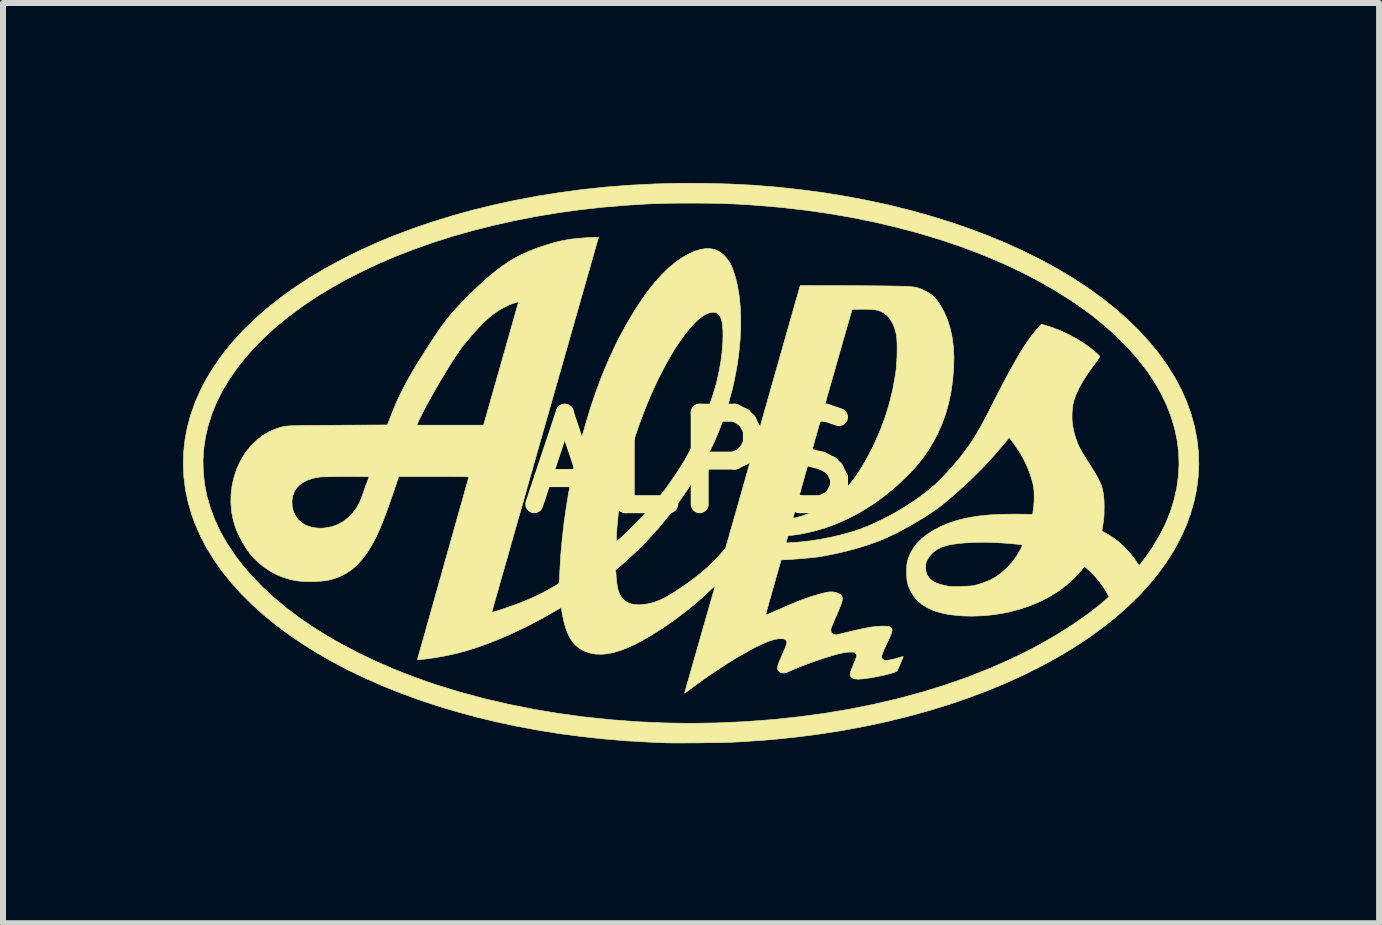
<source format=kicad_pcb>
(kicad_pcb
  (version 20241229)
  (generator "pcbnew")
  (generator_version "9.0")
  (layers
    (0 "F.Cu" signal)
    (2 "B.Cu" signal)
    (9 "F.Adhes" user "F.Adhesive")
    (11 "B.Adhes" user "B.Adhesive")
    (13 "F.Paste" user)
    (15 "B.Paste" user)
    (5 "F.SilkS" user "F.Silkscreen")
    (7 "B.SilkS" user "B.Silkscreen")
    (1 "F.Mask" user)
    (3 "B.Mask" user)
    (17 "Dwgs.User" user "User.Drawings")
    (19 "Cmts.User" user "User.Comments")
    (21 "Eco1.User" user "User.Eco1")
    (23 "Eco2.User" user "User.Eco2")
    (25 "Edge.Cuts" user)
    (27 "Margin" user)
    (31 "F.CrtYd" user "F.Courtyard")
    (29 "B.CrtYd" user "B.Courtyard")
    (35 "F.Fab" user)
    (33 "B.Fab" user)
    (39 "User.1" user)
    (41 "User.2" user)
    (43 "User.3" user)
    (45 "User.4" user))
  (footprint "ALPS"
    (layer "F.Cu")
    (at 8.469 4.665)
    (property "Reference" "ALPS" (at 0 0 0) (layer "F.SilkS") (effects (font (size 1.524 1.524) (thickness 0.3))))
    (attr through_hole)
    (fp_poly (pts (xy 0.226 -4.659) (xy 0.642 -4.648) (xy 1.05 -4.627) (xy 1.438 -4.595) (xy 1.821 -4.554) (xy 2.199 -4.504) (xy 2.57 -4.444) (xy 2.935 -4.375) (xy 3.293 -4.298) (xy 3.643 -4.211) (xy 3.985 -4.116) (xy 4.318 -4.013) (xy 4.642 -3.902) (xy 4.957 -3.783) (xy 5.262 -3.656) (xy 5.556 -3.522) (xy 5.838 -3.381) (xy 6.11 -3.233) (xy 6.369 -3.077) (xy 6.615 -2.916) (xy 6.848 -2.748) (xy 7.068 -2.573) (xy 7.274 -2.393) (xy 7.465 -2.207) (xy 7.64 -2.015) (xy 7.801 -1.819) (xy 7.805 -1.812) (xy 7.945 -1.616) (xy 8.068 -1.417) (xy 8.175 -1.216) (xy 8.265 -1.013) (xy 8.338 -0.808) (xy 8.394 -0.602) (xy 8.434 -0.394) (xy 8.458 -0.187) (xy 8.465 0.021) (xy 8.455 0.229) (xy 8.429 0.437) (xy 8.386 0.644) (xy 8.327 0.849) (xy 8.252 1.054) (xy 8.159 1.256) (xy 8.051 1.457) (xy 7.926 1.655) (xy 7.784 1.85) (xy 7.646 2.019) (xy 7.473 2.21) (xy 7.283 2.395) (xy 7.079 2.575) (xy 6.859 2.749) (xy 6.626 2.918) (xy 6.379 3.08) (xy 6.119 3.236) (xy 5.847 3.385) (xy 5.563 3.528) (xy 5.267 3.663) (xy 4.961 3.791) (xy 4.644 3.911) (xy 4.318 4.023) (xy 3.982 4.127) (xy 3.638 4.222) (xy 3.286 4.309) (xy 2.926 4.387) (xy 2.558 4.456) (xy 2.476 4.47) (xy 2.155 4.52) (xy 1.836 4.562) (xy 1.513 4.598) (xy 1.184 4.627) (xy 0.845 4.649) (xy 0.703 4.657) (xy 0.658 4.659) (xy 0.6 4.66) (xy 0.529 4.662) (xy 0.449 4.664) (xy 0.362 4.665) (xy 0.269 4.666) (xy 0.174 4.668) (xy 0.079 4.669) (xy -0.015 4.669) (xy -0.104 4.67) (xy -0.187 4.67) (xy -0.26 4.67) (xy -0.323 4.67) (xy -0.372 4.669) (xy -0.389 4.669) (xy -0.424 4.667) (xy -0.472 4.666) (xy -0.529 4.663) (xy -0.592 4.661) (xy -0.656 4.658) (xy -0.686 4.657) (xy -1.068 4.635) (xy -1.445 4.604) (xy -1.817 4.564) (xy -2.183 4.516) (xy -2.543 4.458) (xy -2.896 4.393) (xy -3.242 4.319) (xy -3.581 4.237) (xy -3.912 4.147) (xy -4.234 4.05) (xy -4.548 3.946) (xy -4.853 3.834) (xy -5.149 3.715) (xy -5.434 3.589) (xy -5.71 3.457) (xy -5.975 3.318) (xy -6.228 3.173) (xy -6.471 3.022) (xy -6.701 2.865) (xy -6.919 2.703) (xy -7.125 2.535) (xy -7.317 2.362) (xy -7.496 2.184) (xy -7.661 2.001) (xy -7.812 1.814) (xy -7.949 1.622) (xy -8.07 1.426) (xy -8.175 1.226) (xy -8.265 1.022) (xy -8.322 0.866) (xy -8.383 0.658) (xy -8.427 0.449) (xy -8.454 0.24) (xy -8.464 0.031) (xy -8.462 -0.038) (xy -8.135 -0.038) (xy -8.13 0.158) (xy -8.109 0.353) (xy -8.071 0.548) (xy -8.016 0.742) (xy -7.944 0.935) (xy -7.856 1.126) (xy -7.843 1.151) (xy -7.735 1.342) (xy -7.61 1.53) (xy -7.469 1.716) (xy -7.311 1.898) (xy -7.138 2.076) (xy -6.948 2.251) (xy -6.748 2.418) (xy -6.536 2.578) (xy -6.308 2.734) (xy -6.066 2.886) (xy -5.811 3.031) (xy -5.544 3.171) (xy -5.265 3.304) (xy -4.977 3.43) (xy -4.68 3.548) (xy -4.375 3.658) (xy -4.246 3.701) (xy -3.857 3.821) (xy -3.457 3.929) (xy -3.047 4.024) (xy -2.628 4.108) (xy -2.202 4.179) (xy -1.771 4.238) (xy -1.334 4.283) (xy -0.895 4.316) (xy -0.452 4.336) (xy -0.009 4.343) (xy 0.433 4.336) (xy 0.461 4.335) (xy 0.917 4.314) (xy 1.365 4.28) (xy 1.805 4.233) (xy 2.237 4.175) (xy 2.659 4.104) (xy 3.073 4.02) (xy 3.477 3.925) (xy 3.871 3.818) (xy 4.254 3.699) (xy 4.627 3.568) (xy 4.987 3.425) (xy 5.336 3.271) (xy 5.474 3.205) (xy 5.683 3.1) (xy 5.888 2.988) (xy 6.087 2.872) (xy 6.278 2.753) (xy 6.46 2.632) (xy 6.631 2.51) (xy 6.788 2.388) (xy 6.911 2.284) (xy 6.968 2.233) (xy 6.934 2.169) (xy 6.875 2.071) (xy 6.803 1.973) (xy 6.723 1.88) (xy 6.697 1.854) (xy 6.664 1.82) (xy 6.632 1.79) (xy 6.606 1.766) (xy 6.587 1.75) (xy 6.583 1.746) (xy 6.557 1.729) (xy 6.498 1.801) (xy 6.389 1.921) (xy 6.266 2.032) (xy 6.13 2.135) (xy 5.982 2.227) (xy 5.823 2.31) (xy 5.655 2.381) (xy 5.478 2.441) (xy 5.293 2.489) (xy 5.236 2.501) (xy 5.055 2.531) (xy 4.873 2.549) (xy 4.692 2.556) (xy 4.516 2.552) (xy 4.348 2.535) (xy 4.288 2.527) (xy 4.158 2.499) (xy 4.041 2.462) (xy 3.938 2.415) (xy 3.848 2.359) (xy 3.772 2.292) (xy 3.708 2.216) (xy 3.658 2.129) (xy 3.635 2.079) (xy 3.618 2.034) (xy 3.606 1.99) (xy 3.599 1.942) (xy 3.596 1.887) (xy 3.595 1.82) (xy 3.595 1.766) (xy 3.596 1.743) (xy 3.912 1.743) (xy 3.916 1.806) (xy 3.931 1.858) (xy 3.958 1.904) (xy 3.993 1.942) (xy 4.023 1.968) (xy 4.059 1.99) (xy 4.101 2.009) (xy 4.153 2.026) (xy 4.217 2.042) (xy 4.295 2.058) (xy 4.31 2.061) (xy 4.334 2.063) (xy 4.372 2.064) (xy 4.419 2.064) (xy 4.473 2.063) (xy 4.53 2.061) (xy 4.586 2.058) (xy 4.638 2.055) (xy 4.682 2.051) (xy 4.715 2.047) (xy 4.724 2.045) (xy 4.853 2.008) (xy 4.979 1.958) (xy 4.985 1.956) (xy 5.083 1.901) (xy 5.179 1.832) (xy 5.27 1.749) (xy 5.354 1.657) (xy 5.427 1.556) (xy 5.49 1.45) (xy 5.494 1.442) (xy 5.51 1.409) (xy 5.519 1.388) (xy 5.521 1.376) (xy 5.518 1.37) (xy 5.514 1.368) (xy 5.493 1.364) (xy 5.458 1.359) (xy 5.412 1.354) (xy 5.356 1.349) (xy 5.293 1.344) (xy 5.226 1.339) (xy 5.157 1.334) (xy 5.089 1.33) (xy 5.065 1.329) (xy 4.937 1.325) (xy 4.81 1.325) (xy 4.687 1.328) (xy 4.569 1.335) (xy 4.461 1.345) (xy 4.363 1.358) (xy 4.279 1.374) (xy 4.267 1.377) (xy 4.18 1.405) (xy 4.102 1.444) (xy 4.034 1.493) (xy 3.98 1.551) (xy 3.941 1.611) (xy 3.926 1.642) (xy 3.917 1.667) (xy 3.913 1.693) (xy 3.912 1.726) (xy 3.912 1.743) (xy 3.596 1.743) (xy 3.596 1.724) (xy 3.599 1.691) (xy 3.604 1.663) (xy 3.61 1.634) (xy 3.614 1.622) (xy 3.65 1.523) (xy 3.7 1.432) (xy 3.765 1.346) (xy 3.845 1.266) (xy 3.94 1.191) (xy 4.051 1.121) (xy 4.147 1.07) (xy 4.264 1.018) (xy 4.389 0.974) (xy 4.523 0.937) (xy 4.667 0.907) (xy 4.822 0.884) (xy 4.989 0.868) (xy 5.169 0.859) (xy 5.363 0.856) (xy 5.436 0.856) (xy 5.694 0.859) (xy 5.704 0.796) (xy 5.713 0.724) (xy 5.719 0.646) (xy 5.721 0.566) (xy 5.719 0.491) (xy 5.714 0.425) (xy 5.712 0.408) (xy 5.695 0.327) (xy 5.669 0.238) (xy 5.636 0.143) (xy 5.596 0.047) (xy 5.552 -0.047) (xy 5.505 -0.134) (xy 5.489 -0.161) (xy 5.471 -0.188) (xy 5.449 -0.221) (xy 5.424 -0.258) (xy 5.398 -0.297) (xy 5.371 -0.334) (xy 5.347 -0.368) (xy 5.327 -0.395) (xy 5.312 -0.414) (xy 5.305 -0.422) (xy 5.305 -0.422) (xy 5.228 -0.33) (xy 5.161 -0.249) (xy 5.099 -0.177) (xy 5.042 -0.112) (xy 4.988 -0.052) (xy 4.934 0.006) (xy 4.879 0.065) (xy 4.82 0.125) (xy 4.756 0.189) (xy 4.75 0.195) (xy 4.653 0.29) (xy 4.547 0.389) (xy 4.438 0.487) (xy 4.33 0.581) (xy 4.227 0.667) (xy 4.195 0.694) (xy 4.11 0.759) (xy 4.011 0.828) (xy 3.903 0.899) (xy 3.786 0.97) (xy 3.666 1.041) (xy 3.543 1.108) (xy 3.422 1.172) (xy 3.305 1.228) (xy 3.195 1.278) (xy 3.192 1.279) (xy 3.076 1.324) (xy 2.946 1.369) (xy 2.807 1.413) (xy 2.661 1.454) (xy 2.512 1.491) (xy 2.364 1.524) (xy 2.221 1.552) (xy 2.108 1.57) (xy 2.061 1.576) (xy 2.001 1.582) (xy 1.93 1.589) (xy 1.853 1.596) (xy 1.773 1.602) (xy 1.693 1.608) (xy 1.616 1.613) (xy 1.604 1.613) (xy 1.502 1.619) (xy 1.372 2.075) (xy 1.348 2.16) (xy 1.326 2.24) (xy 1.305 2.313) (xy 1.287 2.379) (xy 1.272 2.435) (xy 1.26 2.48) (xy 1.252 2.513) (xy 1.247 2.532) (xy 1.247 2.536) (xy 1.255 2.534) (xy 1.277 2.526) (xy 1.31 2.513) (xy 1.352 2.495) (xy 1.401 2.474) (xy 1.445 2.455) (xy 1.562 2.403) (xy 1.667 2.358) (xy 1.761 2.319) (xy 1.846 2.286) (xy 1.925 2.257) (xy 2 2.231) (xy 2.073 2.208) (xy 2.146 2.188) (xy 2.192 2.176) (xy 2.243 2.163) (xy 2.283 2.155) (xy 2.316 2.152) (xy 2.348 2.152) (xy 2.356 2.152) (xy 2.411 2.159) (xy 2.457 2.175) (xy 2.492 2.197) (xy 2.512 2.221) (xy 2.519 2.239) (xy 2.523 2.258) (xy 2.522 2.282) (xy 2.517 2.31) (xy 2.506 2.346) (xy 2.489 2.391) (xy 2.467 2.447) (xy 2.437 2.516) (xy 2.428 2.537) (xy 2.403 2.593) (xy 2.381 2.646) (xy 2.362 2.692) (xy 2.347 2.73) (xy 2.336 2.757) (xy 2.333 2.77) (xy 2.332 2.808) (xy 2.347 2.838) (xy 2.375 2.859) (xy 2.384 2.863) (xy 2.394 2.866) (xy 2.405 2.867) (xy 2.421 2.866) (xy 2.444 2.862) (xy 2.474 2.856) (xy 2.516 2.846) (xy 2.57 2.833) (xy 2.619 2.821) (xy 2.721 2.797) (xy 2.81 2.776) (xy 2.887 2.76) (xy 2.953 2.747) (xy 3.012 2.737) (xy 3.065 2.73) (xy 3.113 2.726) (xy 3.16 2.724) (xy 3.179 2.723) (xy 3.227 2.723) (xy 3.262 2.724) (xy 3.287 2.727) (xy 3.304 2.731) (xy 3.316 2.737) (xy 3.333 2.747) (xy 3.345 2.76) (xy 3.351 2.775) (xy 3.351 2.796) (xy 3.345 2.824) (xy 3.333 2.86) (xy 3.314 2.906) (xy 3.287 2.965) (xy 3.263 3.016) (xy 3.233 3.08) (xy 3.21 3.132) (xy 3.194 3.172) (xy 3.183 3.203) (xy 3.178 3.226) (xy 3.179 3.243) (xy 3.183 3.257) (xy 3.192 3.269) (xy 3.196 3.273) (xy 3.209 3.285) (xy 3.221 3.291) (xy 3.238 3.293) (xy 3.265 3.292) (xy 3.28 3.291) (xy 3.315 3.286) (xy 3.358 3.277) (xy 3.406 3.266) (xy 3.438 3.256) (xy 3.476 3.245) (xy 3.507 3.236) (xy 3.529 3.231) (xy 3.537 3.229) (xy 3.535 3.238) (xy 3.527 3.258) (xy 3.515 3.287) (xy 3.501 3.322) (xy 3.485 3.36) (xy 3.469 3.396) (xy 3.455 3.429) (xy 3.443 3.454) (xy 3.436 3.468) (xy 3.435 3.469) (xy 3.42 3.48) (xy 3.39 3.492) (xy 3.347 3.506) (xy 3.295 3.521) (xy 3.236 3.536) (xy 3.171 3.55) (xy 3.103 3.564) (xy 3.034 3.577) (xy 2.967 3.588) (xy 2.904 3.597) (xy 2.847 3.603) (xy 2.798 3.606) (xy 2.781 3.607) (xy 2.73 3.602) (xy 2.691 3.588) (xy 2.665 3.565) (xy 2.653 3.534) (xy 2.655 3.502) (xy 2.66 3.485) (xy 2.671 3.456) (xy 2.686 3.418) (xy 2.703 3.376) (xy 2.71 3.359) (xy 2.733 3.306) (xy 2.748 3.265) (xy 2.756 3.233) (xy 2.758 3.21) (xy 2.755 3.192) (xy 2.746 3.176) (xy 2.744 3.174) (xy 2.735 3.164) (xy 2.724 3.158) (xy 2.706 3.155) (xy 2.679 3.155) (xy 2.653 3.155) (xy 2.599 3.158) (xy 2.54 3.167) (xy 2.471 3.182) (xy 2.469 3.182) (xy 2.39 3.203) (xy 2.299 3.23) (xy 2.2 3.262) (xy 2.097 3.296) (xy 1.993 3.333) (xy 1.891 3.371) (xy 1.796 3.408) (xy 1.711 3.443) (xy 1.676 3.459) (xy 1.632 3.478) (xy 1.6 3.491) (xy 1.576 3.499) (xy 1.556 3.503) (xy 1.538 3.503) (xy 1.529 3.503) (xy 1.499 3.498) (xy 1.478 3.486) (xy 1.463 3.472) (xy 1.451 3.457) (xy 1.444 3.442) (xy 1.441 3.423) (xy 1.443 3.401) (xy 1.451 3.371) (xy 1.464 3.333) (xy 1.485 3.283) (xy 1.512 3.221) (xy 1.515 3.215) (xy 1.542 3.151) (xy 1.563 3.101) (xy 1.579 3.063) (xy 1.589 3.033) (xy 1.595 3.011) (xy 1.597 2.995) (xy 1.596 2.981) (xy 1.593 2.97) (xy 1.576 2.949) (xy 1.546 2.936) (xy 1.504 2.931) (xy 1.453 2.934) (xy 1.392 2.945) (xy 1.326 2.964) (xy 1.253 2.991) (xy 1.168 3.029) (xy 1.073 3.075) (xy 0.97 3.13) (xy 0.86 3.192) (xy 0.744 3.259) (xy 0.625 3.333) (xy 0.503 3.411) (xy 0.38 3.492) (xy 0.258 3.576) (xy 0.138 3.661) (xy 0.076 3.707) (xy 0.028 3.743) (xy -0.016 3.775) (xy -0.053 3.802) (xy -0.081 3.823) (xy -0.1 3.836) (xy -0.107 3.841) (xy -0.107 3.841) (xy -0.105 3.833) (xy -0.099 3.81) (xy -0.088 3.773) (xy -0.075 3.724) (xy -0.057 3.663) (xy -0.037 3.593) (xy -0.015 3.513) (xy 0.01 3.427) (xy 0.036 3.334) (xy 0.064 3.237) (xy 0.093 3.136) (xy 0.123 3.032) (xy 0.152 2.928) (xy 0.182 2.823) (xy 0.212 2.72) (xy 0.24 2.62) (xy 0.268 2.524) (xy 0.294 2.433) (xy 0.318 2.349) (xy 0.34 2.272) (xy 0.359 2.205) (xy 0.376 2.147) (xy 0.389 2.102) (xy 0.399 2.069) (xy 0.403 2.053) (xy 0.399 2.053) (xy 0.385 2.063) (xy 0.363 2.083) (xy 0.334 2.109) (xy 0.308 2.134) (xy 0.198 2.237) (xy 0.08 2.34) (xy -0.044 2.442) (xy -0.172 2.542) (xy -0.304 2.639) (xy -0.437 2.731) (xy -0.569 2.817) (xy -0.698 2.896) (xy -0.824 2.968) (xy -0.943 3.03) (xy -1.056 3.082) (xy -1.158 3.122) (xy -1.164 3.124) (xy -1.283 3.16) (xy -1.393 3.183) (xy -1.495 3.192) (xy -1.591 3.188) (xy -1.683 3.172) (xy -1.771 3.141) (xy -1.802 3.127) (xy -1.866 3.089) (xy -1.926 3.038) (xy -1.98 2.977) (xy -2.024 2.91) (xy -2.029 2.9) (xy -2.061 2.829) (xy -2.091 2.746) (xy -2.117 2.655) (xy -2.138 2.56) (xy -2.154 2.466) (xy -2.155 2.457) (xy -2.159 2.433) (xy -2.163 2.417) (xy -2.165 2.413) (xy -2.173 2.417) (xy -2.193 2.428) (xy -2.222 2.445) (xy -2.256 2.465) (xy -2.259 2.467) (xy -2.504 2.606) (xy -2.753 2.735) (xy -3 2.852) (xy -3.03 2.866) (xy -3.222 2.948) (xy -3.404 3.019) (xy -3.578 3.081) (xy -3.747 3.134) (xy -3.914 3.179) (xy -4.082 3.216) (xy -4.252 3.246) (xy -4.428 3.271) (xy -4.515 3.28) (xy -4.543 3.282) (xy -4.557 3.281) (xy -4.56 3.275) (xy -4.559 3.275) (xy -4.557 3.265) (xy -4.55 3.241) (xy -4.539 3.201) (xy -4.524 3.148) (xy -4.505 3.082) (xy -4.483 3.004) (xy -4.457 2.914) (xy -4.429 2.813) (xy -4.398 2.703) (xy -4.364 2.583) (xy -4.328 2.456) (xy -4.29 2.321) (xy -4.251 2.179) (xy -4.209 2.032) (xy -4.166 1.88) (xy -4.132 1.757) (xy -4.088 1.601) (xy -4.045 1.45) (xy -4.004 1.304) (xy -3.965 1.164) (xy -3.927 1.03) (xy -3.892 0.904) (xy -3.859 0.787) (xy -3.828 0.678) (xy -3.8 0.58) (xy -3.776 0.492) (xy -3.754 0.416) (xy -3.736 0.353) (xy -3.722 0.303) (xy -3.712 0.266) (xy -3.706 0.245) (xy -3.704 0.239) (xy -3.706 0.237) (xy -3.716 0.235) (xy -3.733 0.234) (xy -3.76 0.232) (xy -3.796 0.231) (xy -3.844 0.23) (xy -3.903 0.23) (xy -3.975 0.229) (xy -4.061 0.229) (xy -4.162 0.229) (xy -4.279 0.229) (xy -4.873 0.229) (xy -4.952 0.464) (xy -4.999 0.601) (xy -5.044 0.728) (xy -5.085 0.842) (xy -5.123 0.943) (xy -5.157 1.029) (xy -5.178 1.081) (xy -5.25 1.238) (xy -5.325 1.379) (xy -5.404 1.504) (xy -5.485 1.613) (xy -5.57 1.705) (xy -5.658 1.782) (xy -5.75 1.844) (xy -5.811 1.875) (xy -5.886 1.908) (xy -5.956 1.933) (xy -6.024 1.952) (xy -6.094 1.965) (xy -6.172 1.973) (xy -6.261 1.978) (xy -6.28 1.979) (xy -6.37 1.98) (xy -6.447 1.978) (xy -6.516 1.973) (xy -6.582 1.965) (xy -6.649 1.951) (xy -6.701 1.939) (xy -6.81 1.905) (xy -6.912 1.863) (xy -7.009 1.81) (xy -7.108 1.744) (xy -7.12 1.735) (xy -7.206 1.666) (xy -7.283 1.593) (xy -7.352 1.514) (xy -7.416 1.424) (xy -7.477 1.323) (xy -7.523 1.236) (xy -7.568 1.14) (xy -7.603 1.05) (xy -7.629 0.96) (xy -7.649 0.866) (xy -7.658 0.813) (xy -7.67 0.667) (xy -7.67 0.635) (xy -6.652 0.635) (xy -6.65 0.714) (xy -6.634 0.792) (xy -6.605 0.864) (xy -6.564 0.929) (xy -6.544 0.952) (xy -6.486 1.004) (xy -6.418 1.042) (xy -6.341 1.069) (xy -6.268 1.083) (xy -6.229 1.087) (xy -6.199 1.09) (xy -6.172 1.09) (xy -6.141 1.089) (xy -6.102 1.085) (xy -6.092 1.084) (xy -5.989 1.065) (xy -5.891 1.03) (xy -5.799 0.98) (xy -5.715 0.916) (xy -5.64 0.839) (xy -5.591 0.775) (xy -5.567 0.737) (xy -5.546 0.701) (xy -5.526 0.662) (xy -5.507 0.616) (xy -5.486 0.561) (xy -5.466 0.506) (xy -5.448 0.455) (xy -5.43 0.404) (xy -5.413 0.358) (xy -5.398 0.32) (xy -5.394 0.309) (xy -5.382 0.278) (xy -5.373 0.253) (xy -5.368 0.237) (xy -5.368 0.235) (xy -5.376 0.234) (xy -5.399 0.232) (xy -5.435 0.231) (xy -5.482 0.23) (xy -5.538 0.23) (xy -5.601 0.229) (xy -5.67 0.229) (xy -5.741 0.229) (xy -5.813 0.229) (xy -5.885 0.23) (xy -5.953 0.23) (xy -6.017 0.231) (xy -6.074 0.232) (xy -6.122 0.234) (xy -6.16 0.235) (xy -6.184 0.237) (xy -6.188 0.237) (xy -6.292 0.256) (xy -6.384 0.285) (xy -6.463 0.324) (xy -6.529 0.371) (xy -6.581 0.427) (xy -6.615 0.484) (xy -6.641 0.558) (xy -6.652 0.635) (xy -7.67 0.635) (xy -7.667 0.52) (xy -7.649 0.375) (xy -7.616 0.231) (xy -7.568 0.093) (xy -7.507 -0.038) (xy -7.433 -0.161) (xy -7.424 -0.173) (xy -7.341 -0.278) (xy -7.247 -0.37) (xy -7.146 -0.45) (xy -7.037 -0.515) (xy -6.923 -0.565) (xy -6.909 -0.57) (xy -6.885 -0.578) (xy -6.863 -0.585) (xy -6.843 -0.592) (xy -6.823 -0.597) (xy -6.802 -0.602) (xy -6.779 -0.607) (xy -6.753 -0.61) (xy -6.723 -0.613) (xy -6.687 -0.616) (xy -6.645 -0.618) (xy -6.596 -0.619) (xy -6.538 -0.621) (xy -6.47 -0.622) (xy -6.391 -0.623) (xy -6.299 -0.624) (xy -6.195 -0.624) (xy -6.077 -0.625) (xy -5.943 -0.626) (xy -5.889 -0.626) (xy -5.805 -0.627) (xy -4.571 -0.627) (xy -3.458 -0.627) (xy -3.171 -1.636) (xy -3.135 -1.763) (xy -3.1 -1.886) (xy -3.067 -2.004) (xy -3.035 -2.115) (xy -3.006 -2.219) (xy -2.979 -2.314) (xy -2.954 -2.4) (xy -2.933 -2.476) (xy -2.915 -2.541) (xy -2.9 -2.593) (xy -2.89 -2.631) (xy -2.883 -2.656) (xy -2.881 -2.665) (xy -2.877 -2.683) (xy -2.939 -2.666) (xy -3.025 -2.636) (xy -3.117 -2.592) (xy -3.212 -2.537) (xy -3.308 -2.47) (xy -3.332 -2.451) (xy -3.379 -2.411) (xy -3.434 -2.36) (xy -3.495 -2.299) (xy -3.56 -2.232) (xy -3.625 -2.16) (xy -3.69 -2.085) (xy -3.752 -2.011) (xy -3.809 -1.94) (xy -3.833 -1.908) (xy -3.875 -1.849) (xy -3.923 -1.777) (xy -3.977 -1.695) (xy -4.033 -1.605) (xy -4.092 -1.509) (xy -4.153 -1.408) (xy -4.214 -1.305) (xy -4.273 -1.201) (xy -4.331 -1.099) (xy -4.385 -1.001) (xy -4.435 -0.908) (xy -4.48 -0.822) (xy -4.518 -0.746) (xy -4.548 -0.681) (xy -4.558 -0.658) (xy -4.571 -0.627) (xy -5.805 -0.627) (xy -5.06 -0.631) (xy -5.012 -0.758) (xy -4.97 -0.866) (xy -4.926 -0.972) (xy -4.878 -1.077) (xy -4.828 -1.183) (xy -4.772 -1.29) (xy -4.711 -1.402) (xy -4.644 -1.519) (xy -4.57 -1.644) (xy -4.487 -1.776) (xy -4.395 -1.92) (xy -4.313 -2.047) (xy -4.248 -2.144) (xy -4.189 -2.23) (xy -4.134 -2.307) (xy -4.08 -2.379) (xy -4.025 -2.447) (xy -3.967 -2.515) (xy -3.905 -2.584) (xy -3.835 -2.658) (xy -3.755 -2.739) (xy -3.705 -2.79) (xy -3.578 -2.914) (xy -3.459 -3.025) (xy -3.347 -3.123) (xy -3.239 -3.21) (xy -3.136 -3.287) (xy -3.035 -3.354) (xy -2.935 -3.414) (xy -2.834 -3.466) (xy -2.832 -3.467) (xy -2.702 -3.526) (xy -2.566 -3.58) (xy -2.427 -3.627) (xy -2.29 -3.668) (xy -2.157 -3.701) (xy -2.032 -3.724) (xy -1.998 -3.729) (xy -1.949 -3.734) (xy -1.892 -3.74) (xy -1.832 -3.745) (xy -1.771 -3.75) (xy -1.712 -3.754) (xy -1.66 -3.757) (xy -1.617 -3.758) (xy -1.587 -3.758) (xy -1.582 -3.758) (xy -1.543 -3.755) (xy -2.431 -0.639) (xy -2.495 -0.415) (xy -2.558 -0.195) (xy -2.619 0.021) (xy -2.679 0.231) (xy -2.737 0.435) (xy -2.793 0.634) (xy -2.848 0.825) (xy -2.9 1.008) (xy -2.95 1.184) (xy -2.998 1.351) (xy -3.042 1.508) (xy -3.084 1.656) (xy -3.124 1.794) (xy -3.16 1.921) (xy -3.193 2.036) (xy -3.222 2.14) (xy -3.248 2.231) (xy -3.27 2.309) (xy -3.288 2.373) (xy -3.302 2.423) (xy -3.312 2.458) (xy -3.318 2.478) (xy -3.319 2.483) (xy -3.317 2.487) (xy -3.31 2.488) (xy -3.297 2.486) (xy -3.275 2.481) (xy -3.243 2.472) (xy -3.2 2.458) (xy -3.144 2.44) (xy -3.091 2.422) (xy -2.971 2.38) (xy -2.851 2.336) (xy -2.736 2.289) (xy -2.629 2.243) (xy -2.534 2.198) (xy -2.522 2.192) (xy -2.485 2.174) (xy -2.443 2.151) (xy -2.397 2.126) (xy -2.351 2.1) (xy -2.307 2.075) (xy -2.267 2.052) (xy -2.235 2.033) (xy -2.213 2.019) (xy -2.204 2.012) (xy -2.2 2) (xy -2.197 1.971) (xy -2.193 1.927) (xy -2.189 1.866) (xy -2.186 1.791) (xy -2.185 1.78) (xy -2.171 1.535) (xy -2.151 1.314) (xy -1.245 1.314) (xy -1.209 1.286) (xy -1.193 1.272) (xy -1.167 1.249) (xy -1.134 1.217) (xy -1.094 1.179) (xy -1.05 1.137) (xy -1.009 1.096) (xy -0.797 0.879) (xy -0.601 0.657) (xy -0.421 0.431) (xy -0.258 0.199) (xy -0.109 -0.037) (xy 0.024 -0.28) (xy 0.142 -0.528) (xy 0.199 -0.665) (xy 0.234 -0.754) (xy 0.27 -0.851) (xy 0.306 -0.952) (xy 0.34 -1.054) (xy 0.372 -1.152) (xy 0.4 -1.244) (xy 0.423 -1.326) (xy 0.431 -1.359) (xy 0.468 -1.524) (xy 0.498 -1.689) (xy 0.518 -1.85) (xy 0.53 -2.004) (xy 0.533 -2.119) (xy 0.532 -2.209) (xy 0.527 -2.284) (xy 0.518 -2.345) (xy 0.505 -2.395) (xy 0.488 -2.436) (xy 0.465 -2.468) (xy 0.437 -2.493) (xy 0.418 -2.503) (xy 0.393 -2.509) (xy 0.361 -2.51) (xy 0.305 -2.501) (xy 0.245 -2.476) (xy 0.182 -2.437) (xy 0.115 -2.384) (xy 0.046 -2.317) (xy -0.025 -2.238) (xy -0.098 -2.147) (xy -0.172 -2.045) (xy -0.248 -1.933) (xy -0.323 -1.811) (xy -0.398 -1.68) (xy -0.473 -1.541) (xy -0.547 -1.395) (xy -0.619 -1.242) (xy -0.689 -1.084) (xy -0.757 -0.92) (xy -0.822 -0.752) (xy -0.884 -0.58) (xy -0.942 -0.406) (xy -0.961 -0.346) (xy -1.018 -0.149) (xy -1.07 0.053) (xy -1.116 0.254) (xy -1.155 0.449) (xy -1.18 0.605) (xy -1.193 0.697) (xy -1.205 0.791) (xy -1.216 0.886) (xy -1.225 0.978) (xy -1.233 1.065) (xy -1.239 1.144) (xy -1.243 1.212) (xy -1.245 1.267) (xy -1.245 1.269) (xy -1.245 1.314) (xy -2.151 1.314) (xy -2.148 1.279) (xy -2.119 1.019) (xy -2.082 0.759) (xy -2.04 0.502) (xy -1.992 0.255) (xy -1.96 0.11) (xy -1.939 0.02) (xy -1.913 -0.083) (xy -1.883 -0.196) (xy -1.851 -0.316) (xy -1.816 -0.439) (xy -1.78 -0.564) (xy -1.745 -0.686) (xy -1.709 -0.804) (xy -1.676 -0.913) (xy -1.644 -1.011) (xy -1.639 -1.026) (xy -1.573 -1.215) (xy -1.502 -1.405) (xy -1.426 -1.594) (xy -1.346 -1.776) (xy -1.266 -1.949) (xy -1.185 -2.109) (xy -1.174 -2.129) (xy -1.059 -2.339) (xy -0.944 -2.531) (xy -0.829 -2.708) (xy -0.715 -2.867) (xy -0.601 -3.01) (xy -0.487 -3.137) (xy -0.373 -3.249) (xy -0.258 -3.344) (xy -0.144 -3.423) (xy -0.038 -3.482) (xy 0.063 -3.527) (xy 0.157 -3.556) (xy 0.244 -3.571) (xy 0.325 -3.57) (xy 0.4 -3.553) (xy 0.469 -3.522) (xy 0.532 -3.475) (xy 0.561 -3.446) (xy 0.608 -3.391) (xy 0.646 -3.335) (xy 0.678 -3.271) (xy 0.701 -3.215) (xy 0.743 -3.084) (xy 0.777 -2.939) (xy 0.803 -2.783) (xy 0.82 -2.617) (xy 0.828 -2.442) (xy 0.828 -2.259) (xy 0.82 -2.071) (xy 0.803 -1.878) (xy 0.778 -1.681) (xy 0.744 -1.484) (xy 0.702 -1.286) (xy 0.686 -1.219) (xy 0.623 -0.988) (xy 0.553 -0.767) (xy 0.474 -0.554) (xy 0.386 -0.345) (xy 0.287 -0.14) (xy 0.176 0.066) (xy 0.051 0.275) (xy -0.055 0.44) (xy -0.211 0.667) (xy -0.37 0.879) (xy -0.535 1.08) (xy -0.707 1.271) (xy -0.888 1.455) (xy -1.081 1.634) (xy -1.214 1.749) (xy -1.255 1.784) (xy -1.246 1.915) (xy -1.238 2.002) (xy -1.226 2.075) (xy -1.211 2.136) (xy -1.191 2.188) (xy -1.166 2.232) (xy -1.134 2.272) (xy -1.131 2.276) (xy -1.08 2.318) (xy -1.019 2.347) (xy -0.946 2.363) (xy -0.863 2.367) (xy -0.802 2.363) (xy -0.727 2.352) (xy -0.656 2.337) (xy -0.587 2.316) (xy -0.517 2.288) (xy -0.444 2.253) (xy -0.364 2.208) (xy -0.275 2.154) (xy -0.256 2.141) (xy -0.101 2.038) (xy 0.038 1.937) (xy 0.165 1.837) (xy 0.282 1.736) (xy 0.389 1.632) (xy 0.489 1.525) (xy 0.51 1.501) (xy 0.577 1.422) (xy 0.721 0.917) (xy 1.702 0.917) (xy 1.709 0.921) (xy 1.732 0.919) (xy 1.769 0.911) (xy 1.82 0.896) (xy 1.884 0.875) (xy 1.918 0.863) (xy 1.981 0.839) (xy 2.053 0.807) (xy 2.129 0.77) (xy 2.204 0.731) (xy 2.274 0.691) (xy 2.324 0.659) (xy 2.429 0.58) (xy 2.532 0.486) (xy 2.632 0.375) (xy 2.73 0.249) (xy 2.827 0.106) (xy 2.921 -0.054) (xy 3.014 -0.23) (xy 3.04 -0.283) (xy 3.145 -0.518) (xy 3.234 -0.753) (xy 3.307 -0.991) (xy 3.366 -1.234) (xy 3.41 -1.485) (xy 3.416 -1.528) (xy 3.421 -1.568) (xy 3.425 -1.621) (xy 3.429 -1.682) (xy 3.433 -1.746) (xy 3.435 -1.81) (xy 3.435 -1.821) (xy 3.436 -1.919) (xy 3.435 -2.002) (xy 3.43 -2.074) (xy 3.422 -2.138) (xy 3.409 -2.196) (xy 3.393 -2.25) (xy 3.371 -2.304) (xy 3.361 -2.326) (xy 3.32 -2.398) (xy 3.269 -2.456) (xy 3.21 -2.5) (xy 3.201 -2.505) (xy 3.167 -2.522) (xy 3.133 -2.536) (xy 3.098 -2.545) (xy 3.058 -2.552) (xy 3.011 -2.557) (xy 2.953 -2.559) (xy 2.882 -2.56) (xy 2.869 -2.56) (xy 2.807 -2.56) (xy 2.757 -2.559) (xy 2.719 -2.558) (xy 2.694 -2.555) (xy 2.685 -2.553) (xy 2.682 -2.544) (xy 2.675 -2.52) (xy 2.664 -2.481) (xy 2.648 -2.429) (xy 2.63 -2.364) (xy 2.608 -2.288) (xy 2.583 -2.201) (xy 2.555 -2.103) (xy 2.524 -1.997) (xy 2.492 -1.883) (xy 2.457 -1.762) (xy 2.421 -1.634) (xy 2.383 -1.501) (xy 2.344 -1.364) (xy 2.304 -1.223) (xy 2.263 -1.08) (xy 2.222 -0.935) (xy 2.181 -0.789) (xy 2.14 -0.643) (xy 2.099 -0.499) (xy 2.058 -0.356) (xy 2.019 -0.217) (xy 1.981 -0.081) (xy 1.944 0.05) (xy 1.908 0.175) (xy 1.875 0.294) (xy 1.844 0.405) (xy 1.815 0.508) (xy 1.789 0.601) (xy 1.766 0.684) (xy 1.745 0.756) (xy 1.729 0.816) (xy 1.716 0.863) (xy 1.707 0.896) (xy 1.702 0.914) (xy 1.702 0.917) (xy 0.721 0.917) (xy 1.191 -0.739) (xy 1.244 -0.926) (xy 1.296 -1.108) (xy 1.346 -1.286) (xy 1.395 -1.459) (xy 1.442 -1.625) (xy 1.488 -1.785) (xy 1.531 -1.937) (xy 1.572 -2.081) (xy 1.61 -2.216) (xy 1.646 -2.341) (xy 1.678 -2.456) (xy 1.708 -2.56) (xy 1.734 -2.653) (xy 1.757 -2.733) (xy 1.777 -2.801) (xy 1.792 -2.855) (xy 1.803 -2.894) (xy 1.81 -2.919) (xy 1.813 -2.927) (xy 1.822 -2.955) (xy 2.403 -2.954) (xy 2.514 -2.954) (xy 2.629 -2.953) (xy 2.747 -2.953) (xy 2.864 -2.952) (xy 2.977 -2.951) (xy 3.085 -2.95) (xy 3.183 -2.949) (xy 3.271 -2.948) (xy 3.34 -2.947) (xy 3.434 -2.945) (xy 3.513 -2.943) (xy 3.579 -2.941) (xy 3.633 -2.939) (xy 3.679 -2.935) (xy 3.718 -2.93) (xy 3.751 -2.924) (xy 3.782 -2.916) (xy 3.811 -2.906) (xy 3.841 -2.894) (xy 3.874 -2.878) (xy 3.908 -2.862) (xy 3.973 -2.826) (xy 4.028 -2.785) (xy 4.079 -2.734) (xy 4.127 -2.671) (xy 4.143 -2.648) (xy 4.214 -2.525) (xy 4.273 -2.391) (xy 4.319 -2.247) (xy 4.353 -2.092) (xy 4.374 -1.928) (xy 4.383 -1.755) (xy 4.378 -1.577) (xy 4.361 -1.373) (xy 4.334 -1.181) (xy 4.296 -0.999) (xy 4.248 -0.825) (xy 4.188 -0.658) (xy 4.118 -0.5) (xy 4.041 -0.352) (xy 3.958 -0.213) (xy 3.865 -0.081) (xy 3.762 0.048) (xy 3.646 0.175) (xy 3.563 0.258) (xy 3.389 0.418) (xy 3.208 0.565) (xy 3.02 0.699) (xy 2.828 0.819) (xy 2.632 0.923) (xy 2.432 1.013) (xy 2.231 1.087) (xy 2.028 1.145) (xy 1.946 1.164) (xy 1.885 1.176) (xy 1.824 1.188) (xy 1.766 1.197) (xy 1.715 1.204) (xy 1.674 1.209) (xy 1.647 1.211) (xy 1.635 1.211) (xy 1.627 1.212) (xy 1.62 1.217) (xy 1.614 1.228) (xy 1.607 1.248) (xy 1.598 1.279) (xy 1.586 1.323) (xy 1.586 1.328) (xy 1.588 1.331) (xy 1.594 1.334) (xy 1.607 1.335) (xy 1.629 1.334) (xy 1.66 1.332) (xy 1.703 1.329) (xy 1.76 1.325) (xy 1.816 1.32) (xy 1.988 1.301) (xy 2.168 1.273) (xy 2.353 1.236) (xy 2.537 1.192) (xy 2.698 1.147) (xy 2.833 1.101) (xy 2.975 1.044) (xy 3.123 0.977) (xy 3.273 0.902) (xy 3.423 0.82) (xy 3.57 0.732) (xy 3.711 0.64) (xy 3.844 0.546) (xy 3.966 0.452) (xy 4.074 0.358) (xy 4.075 0.357) (xy 4.169 0.266) (xy 4.266 0.164) (xy 4.364 0.055) (xy 4.459 -0.058) (xy 4.549 -0.172) (xy 4.631 -0.283) (xy 4.702 -0.389) (xy 4.723 -0.422) (xy 4.746 -0.46) (xy 4.769 -0.498) (xy 4.792 -0.538) (xy 4.817 -0.583) (xy 4.844 -0.632) (xy 4.874 -0.687) (xy 4.907 -0.75) (xy 4.945 -0.823) (xy 4.988 -0.906) (xy 5.037 -1.001) (xy 5.093 -1.11) (xy 5.107 -1.139) (xy 5.194 -1.307) (xy 5.276 -1.461) (xy 5.352 -1.6) (xy 5.424 -1.727) (xy 5.491 -1.84) (xy 5.555 -1.942) (xy 5.616 -2.033) (xy 5.675 -2.114) (xy 5.731 -2.185) (xy 5.785 -2.248) (xy 5.79 -2.254) (xy 5.842 -2.31) (xy 5.899 -2.294) (xy 6.028 -2.253) (xy 6.159 -2.202) (xy 6.289 -2.141) (xy 6.416 -2.074) (xy 6.536 -2) (xy 6.646 -1.923) (xy 6.742 -1.844) (xy 6.763 -1.826) (xy 6.787 -1.803) (xy 6.805 -1.784) (xy 6.815 -1.772) (xy 6.816 -1.77) (xy 6.811 -1.761) (xy 6.797 -1.742) (xy 6.776 -1.712) (xy 6.75 -1.676) (xy 6.719 -1.634) (xy 6.706 -1.617) (xy 6.613 -1.487) (xy 6.535 -1.365) (xy 6.471 -1.251) (xy 6.421 -1.144) (xy 6.384 -1.044) (xy 6.375 -1.01) (xy 6.364 -0.958) (xy 6.357 -0.894) (xy 6.352 -0.824) (xy 6.351 -0.754) (xy 6.354 -0.688) (xy 6.358 -0.649) (xy 6.372 -0.565) (xy 6.392 -0.479) (xy 6.417 -0.397) (xy 6.444 -0.325) (xy 6.455 -0.3) (xy 6.469 -0.271) (xy 6.482 -0.245) (xy 6.496 -0.219) (xy 6.511 -0.191) (xy 6.53 -0.16) (xy 6.552 -0.123) (xy 6.58 -0.078) (xy 6.613 -0.025) (xy 6.655 0.041) (xy 6.675 0.072) (xy 6.729 0.158) (xy 6.773 0.234) (xy 6.808 0.303) (xy 6.836 0.367) (xy 6.856 0.429) (xy 6.87 0.493) (xy 6.88 0.561) (xy 6.885 0.636) (xy 6.887 0.721) (xy 6.887 0.741) (xy 6.886 0.798) (xy 6.886 0.845) (xy 6.884 0.886) (xy 6.881 0.924) (xy 6.876 0.965) (xy 6.869 1.012) (xy 6.86 1.07) (xy 6.853 1.109) (xy 6.851 1.125) (xy 6.854 1.137) (xy 6.865 1.146) (xy 6.887 1.159) (xy 6.898 1.164) (xy 6.961 1.2) (xy 7.03 1.245) (xy 7.097 1.293) (xy 7.157 1.341) (xy 7.158 1.342) (xy 7.21 1.391) (xy 7.264 1.447) (xy 7.318 1.507) (xy 7.366 1.566) (xy 7.406 1.62) (xy 7.42 1.64) (xy 7.439 1.67) (xy 7.456 1.692) (xy 7.468 1.706) (xy 7.472 1.707) (xy 7.481 1.699) (xy 7.498 1.68) (xy 7.521 1.65) (xy 7.549 1.613) (xy 7.58 1.571) (xy 7.613 1.525) (xy 7.645 1.479) (xy 7.676 1.434) (xy 7.704 1.393) (xy 7.711 1.381) (xy 7.822 1.192) (xy 7.916 1.002) (xy 7.993 0.81) (xy 8.053 0.616) (xy 8.097 0.421) (xy 8.124 0.226) (xy 8.135 0.03) (xy 8.129 -0.166) (xy 8.106 -0.361) (xy 8.066 -0.556) (xy 8.01 -0.75) (xy 7.937 -0.942) (xy 7.848 -1.132) (xy 7.742 -1.321) (xy 7.62 -1.507) (xy 7.577 -1.566) (xy 7.427 -1.756) (xy 7.261 -1.942) (xy 7.079 -2.123) (xy 6.881 -2.299) (xy 6.669 -2.47) (xy 6.441 -2.635) (xy 6.34 -2.703) (xy 6.067 -2.875) (xy 5.781 -3.038) (xy 5.481 -3.193) (xy 5.168 -3.338) (xy 4.843 -3.475) (xy 4.506 -3.602) (xy 4.158 -3.719) (xy 3.801 -3.827) (xy 3.433 -3.925) (xy 3.057 -4.013) (xy 2.673 -4.091) (xy 2.281 -4.158) (xy 1.882 -4.214) (xy 1.476 -4.26) (xy 1.101 -4.292) (xy 0.969 -4.301) (xy 0.847 -4.309) (xy 0.73 -4.315) (xy 0.616 -4.32) (xy 0.501 -4.324) (xy 0.382 -4.326) (xy 0.256 -4.328) (xy 0.119 -4.329) (xy 0 -4.329) (xy -0.147 -4.329) (xy -0.281 -4.328) (xy -0.405 -4.326) (xy -0.522 -4.323) (xy -0.636 -4.319) (xy -0.75 -4.314) (xy -0.868 -4.307) (xy -0.993 -4.299) (xy -1.101 -4.292) (xy -1.481 -4.26) (xy -1.856 -4.218) (xy -2.225 -4.167) (xy -2.588 -4.106) (xy -2.944 -4.037) (xy -3.293 -3.959) (xy -3.634 -3.873) (xy -3.966 -3.779) (xy -4.29 -3.676) (xy -4.604 -3.566) (xy -4.909 -3.448) (xy -5.203 -3.323) (xy -5.486 -3.19) (xy -5.758 -3.051) (xy -6.019 -2.904) (xy -6.266 -2.752) (xy -6.501 -2.592) (xy -6.723 -2.427) (xy -6.931 -2.256) (xy -7.124 -2.079) (xy -7.303 -1.896) (xy -7.466 -1.708) (xy -7.577 -1.566) (xy -7.704 -1.382) (xy -7.815 -1.195) (xy -7.91 -1.006) (xy -7.988 -0.815) (xy -8.049 -0.622) (xy -8.094 -0.428) (xy -8.123 -0.233) (xy -8.135 -0.038) (xy -8.462 -0.038) (xy -8.458 -0.178) (xy -8.435 -0.386) (xy -8.396 -0.593) (xy -8.34 -0.799) (xy -8.268 -1.004) (xy -8.179 -1.206) (xy -8.075 -1.406) (xy -7.953 -1.603) (xy -7.816 -1.798) (xy -7.806 -1.812) (xy -7.646 -2.009) (xy -7.47 -2.202) (xy -7.279 -2.388) (xy -7.074 -2.569) (xy -6.854 -2.744) (xy -6.62 -2.913) (xy -6.374 -3.075) (xy -6.114 -3.23) (xy -5.842 -3.379) (xy -5.559 -3.521) (xy -5.264 -3.656) (xy -4.959 -3.783) (xy -4.643 -3.902) (xy -4.317 -4.014) (xy -3.982 -4.117) (xy -3.638 -4.213) (xy -3.286 -4.299) (xy -2.925 -4.377) (xy -2.558 -4.446) (xy -2.183 -4.506) (xy -1.802 -4.557) (xy -1.422 -4.597) (xy -1.02 -4.628) (xy -0.609 -4.649) (xy -0.192 -4.66) (xy 0.226 -4.659)) (stroke (width 0.01) (type solid)) (fill yes) (layer "F.SilkS")))
  (gr_rect
    (start -3 -3)
    (end 19.939 12.34)
    (stroke (width 0.1) (type default))
    (fill no)
    (layer "Edge.Cuts")))
</source>
